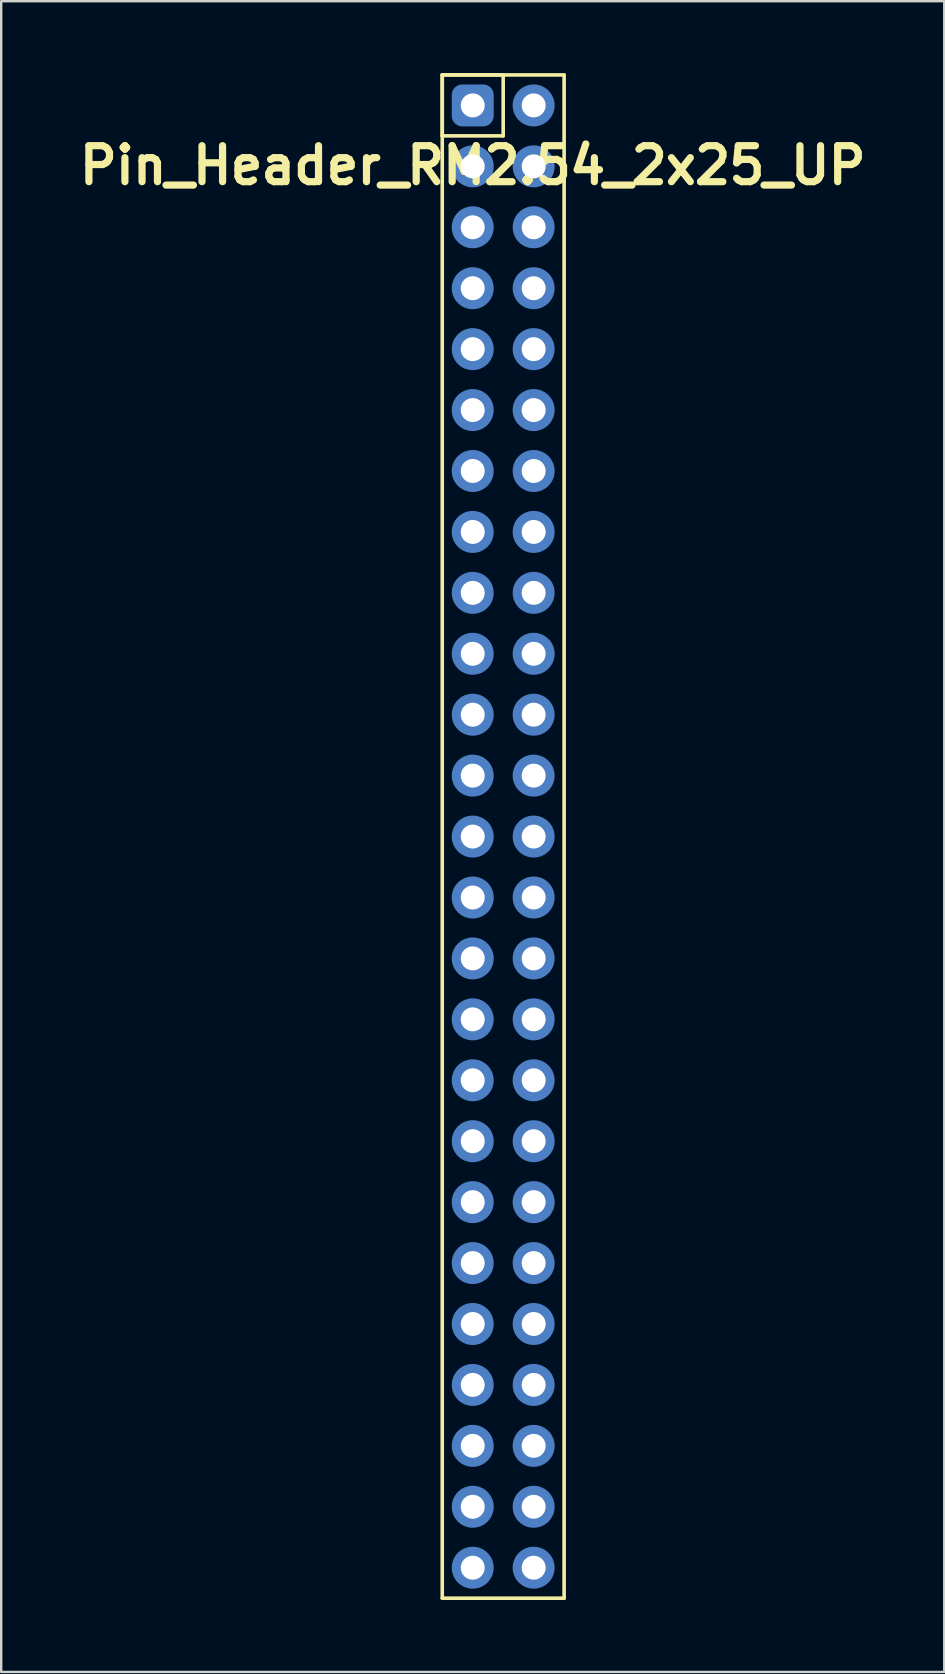
<source format=kicad_pcb>
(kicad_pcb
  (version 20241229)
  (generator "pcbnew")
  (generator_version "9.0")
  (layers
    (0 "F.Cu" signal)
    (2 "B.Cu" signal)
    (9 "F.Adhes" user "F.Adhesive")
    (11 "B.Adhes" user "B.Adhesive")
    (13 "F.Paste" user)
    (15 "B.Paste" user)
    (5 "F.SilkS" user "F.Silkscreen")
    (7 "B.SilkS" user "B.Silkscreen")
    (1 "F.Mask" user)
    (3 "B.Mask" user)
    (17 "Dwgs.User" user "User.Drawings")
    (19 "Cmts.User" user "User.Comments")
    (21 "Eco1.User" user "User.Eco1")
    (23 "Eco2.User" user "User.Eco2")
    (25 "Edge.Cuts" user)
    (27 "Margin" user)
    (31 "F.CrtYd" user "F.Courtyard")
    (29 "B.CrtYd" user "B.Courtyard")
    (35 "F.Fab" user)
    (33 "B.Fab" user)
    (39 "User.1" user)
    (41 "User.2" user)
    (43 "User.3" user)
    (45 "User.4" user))
  (footprint "Pin_Header_RM2.54_2x25_UP"
    (layer "F.Cu")
    (at 16.657 1.345)
    (property "Reference" "Pin_Header_RM2.54_2x25_UP" (at 0 2.5 0) (layer "F.SilkS") (effects (font (size 1.5 1.5) (thickness 0.3))))
    (attr through_hole)
    (fp_line (start -1.27 -1.27) (end 1.27 -1.27) (stroke (width 0.15) (type solid)) (layer "F.SilkS"))
    (fp_line (start -1.27 -1.27) (end 3.81 -1.27) (stroke (width 0.15) (type solid)) (layer "F.SilkS"))
    (fp_line (start -1.27 1.27) (end -1.27 -1.27) (stroke (width 0.15) (type solid)) (layer "F.SilkS"))
    (fp_line (start -1.27 62.23) (end -1.27 -1.27) (stroke (width 0.15) (type solid)) (layer "F.SilkS"))
    (fp_line (start 1.27 -1.27) (end 1.27 1.27) (stroke (width 0.15) (type solid)) (layer "F.SilkS"))
    (fp_line (start 1.27 1.27) (end -1.27 1.27) (stroke (width 0.15) (type solid)) (layer "F.SilkS"))
    (fp_line (start 3.81 -1.27) (end 3.81 62.23) (stroke (width 0.15) (type solid)) (layer "F.SilkS"))
    (fp_line (start 3.81 62.23) (end -1.27 62.23) (stroke (width 0.15) (type solid)) (layer "F.SilkS"))
    (pad "1" thru_hole circle (at 0 0) (size 1.3 1.3) (drill 1) (layers "*.Cu" "*.Mask"))
    (pad "1" smd roundrect (at 0 0) (size 1.5 1.5) (layers "F.Cu" "F.Mask") (roundrect_rratio 0.25))
    (pad "1" smd roundrect (at 0 0) (size 1.75 1.75) (layers "B.Cu" "B.Mask") (roundrect_rratio 0.25))
    (pad "2" thru_hole circle (at 2.54 0) (size 1.3 1.3) (drill 1) (layers "*.Cu" "*.Mask"))
    (pad "2" smd circle (at 2.54 0) (size 1.5 1.5) (layers "F.Cu" "F.Mask"))
    (pad "2" smd circle (at 2.54 0) (size 1.75 1.75) (layers "B.Cu" "B.Mask"))
    (pad "3" thru_hole circle (at 0 2.54) (size 1.3 1.3) (drill 1) (layers "*.Cu" "*.Mask"))
    (pad "3" smd circle (at 0 2.54) (size 1.5 1.5) (layers "F.Cu" "F.Mask"))
    (pad "3" smd circle (at 0 2.54) (size 1.75 1.75) (layers "B.Cu" "B.Mask"))
    (pad "4" thru_hole circle (at 2.54 2.54) (size 1.3 1.3) (drill 1) (layers "*.Cu" "*.Mask"))
    (pad "4" smd circle (at 2.54 2.54) (size 1.5 1.5) (layers "F.Cu" "F.Mask"))
    (pad "4" smd circle (at 2.54 2.54) (size 1.75 1.75) (layers "B.Cu" "B.Mask"))
    (pad "5" thru_hole circle (at 0 5.08) (size 1.3 1.3) (drill 1) (layers "*.Cu" "*.Mask"))
    (pad "5" smd circle (at 0 5.08) (size 1.5 1.5) (layers "F.Cu" "F.Mask"))
    (pad "5" smd circle (at 0 5.08) (size 1.75 1.75) (layers "B.Cu" "B.Mask"))
    (pad "6" thru_hole circle (at 2.54 5.08) (size 1.3 1.3) (drill 1) (layers "*.Cu" "*.Mask"))
    (pad "6" smd circle (at 2.54 5.08) (size 1.5 1.5) (layers "F.Cu" "F.Mask"))
    (pad "6" smd circle (at 2.54 5.08) (size 1.75 1.75) (layers "B.Cu" "B.Mask"))
    (pad "7" thru_hole circle (at 0 7.62) (size 1.3 1.3) (drill 1) (layers "*.Cu" "*.Mask"))
    (pad "7" smd circle (at 0 7.62) (size 1.5 1.5) (layers "F.Cu" "F.Mask"))
    (pad "7" smd circle (at 0 7.62) (size 1.75 1.75) (layers "B.Cu" "B.Mask"))
    (pad "8" thru_hole circle (at 2.54 7.62) (size 1.3 1.3) (drill 1) (layers "*.Cu" "*.Mask"))
    (pad "8" smd circle (at 2.54 7.62) (size 1.5 1.5) (layers "F.Cu" "F.Mask"))
    (pad "8" smd circle (at 2.54 7.62) (size 1.75 1.75) (layers "B.Cu" "B.Mask"))
    (pad "9" thru_hole circle (at 0 10.16) (size 1.3 1.3) (drill 1) (layers "*.Cu" "*.Mask"))
    (pad "9" smd circle (at 0 10.16) (size 1.5 1.5) (layers "F.Cu" "F.Mask"))
    (pad "9" smd circle (at 0 10.16) (size 1.75 1.75) (layers "B.Cu" "B.Mask"))
    (pad "10" thru_hole circle (at 2.54 10.16) (size 1.3 1.3) (drill 1) (layers "*.Cu" "*.Mask"))
    (pad "10" smd circle (at 2.54 10.16) (size 1.5 1.5) (layers "F.Cu" "F.Mask"))
    (pad "10" smd circle (at 2.54 10.16) (size 1.75 1.75) (layers "B.Cu" "B.Mask"))
    (pad "11" thru_hole circle (at 0 12.7) (size 1.3 1.3) (drill 1) (layers "*.Cu" "*.Mask"))
    (pad "11" smd circle (at 0 12.7) (size 1.5 1.5) (layers "F.Cu" "F.Mask"))
    (pad "11" smd circle (at 0 12.7) (size 1.75 1.75) (layers "B.Cu" "B.Mask"))
    (pad "12" thru_hole circle (at 2.54 12.7) (size 1.3 1.3) (drill 1) (layers "*.Cu" "*.Mask"))
    (pad "12" smd circle (at 2.54 12.7) (size 1.5 1.5) (layers "F.Cu" "F.Mask"))
    (pad "12" smd circle (at 2.54 12.7) (size 1.75 1.75) (layers "B.Cu" "B.Mask"))
    (pad "13" thru_hole circle (at 0 15.24) (size 1.3 1.3) (drill 1) (layers "*.Cu" "*.Mask"))
    (pad "13" smd circle (at 0 15.24) (size 1.5 1.5) (layers "F.Cu" "F.Mask"))
    (pad "13" smd circle (at 0 15.24) (size 1.75 1.75) (layers "B.Cu" "B.Mask"))
    (pad "14" thru_hole circle (at 2.54 15.24) (size 1.3 1.3) (drill 1) (layers "*.Cu" "*.Mask"))
    (pad "14" smd circle (at 2.54 15.24) (size 1.5 1.5) (layers "F.Cu" "F.Mask"))
    (pad "14" smd circle (at 2.54 15.24) (size 1.75 1.75) (layers "B.Cu" "B.Mask"))
    (pad "15" thru_hole circle (at 0 17.78) (size 1.3 1.3) (drill 1) (layers "*.Cu" "*.Mask"))
    (pad "15" smd circle (at 0 17.78) (size 1.5 1.5) (layers "F.Cu" "F.Mask"))
    (pad "15" smd circle (at 0 17.78) (size 1.75 1.75) (layers "B.Cu" "B.Mask"))
    (pad "16" thru_hole circle (at 2.54 17.78) (size 1.3 1.3) (drill 1) (layers "*.Cu" "*.Mask"))
    (pad "16" smd circle (at 2.54 17.78) (size 1.5 1.5) (layers "F.Cu" "F.Mask"))
    (pad "16" smd circle (at 2.54 17.78) (size 1.75 1.75) (layers "B.Cu" "B.Mask"))
    (pad "17" thru_hole circle (at 0 20.32) (size 1.3 1.3) (drill 1) (layers "*.Cu" "*.Mask"))
    (pad "17" smd circle (at 0 20.32) (size 1.5 1.5) (layers "F.Cu" "F.Mask"))
    (pad "17" smd circle (at 0 20.32) (size 1.75 1.75) (layers "B.Cu" "B.Mask"))
    (pad "18" thru_hole circle (at 2.54 20.32) (size 1.3 1.3) (drill 1) (layers "*.Cu" "*.Mask"))
    (pad "18" smd circle (at 2.54 20.32) (size 1.5 1.5) (layers "F.Cu" "F.Mask"))
    (pad "18" smd circle (at 2.54 20.32) (size 1.75 1.75) (layers "B.Cu" "B.Mask"))
    (pad "19" thru_hole circle (at 0 22.86) (size 1.3 1.3) (drill 1) (layers "*.Cu" "*.Mask"))
    (pad "19" smd circle (at 0 22.86) (size 1.5 1.5) (layers "F.Cu" "F.Mask"))
    (pad "19" smd circle (at 0 22.86) (size 1.75 1.75) (layers "B.Cu" "B.Mask"))
    (pad "20" thru_hole circle (at 2.54 22.86) (size 1.3 1.3) (drill 1) (layers "*.Cu" "*.Mask"))
    (pad "20" smd circle (at 2.54 22.86) (size 1.5 1.5) (layers "F.Cu" "F.Mask"))
    (pad "20" smd circle (at 2.54 22.86) (size 1.75 1.75) (layers "B.Cu" "B.Mask"))
    (pad "21" thru_hole circle (at 0 25.4) (size 1.3 1.3) (drill 1) (layers "*.Cu" "*.Mask"))
    (pad "21" smd circle (at 0 25.4) (size 1.5 1.5) (layers "F.Cu" "F.Mask"))
    (pad "21" smd circle (at 0 25.4) (size 1.75 1.75) (layers "B.Cu" "B.Mask"))
    (pad "22" thru_hole circle (at 2.54 25.4) (size 1.3 1.3) (drill 1) (layers "*.Cu" "*.Mask"))
    (pad "22" smd circle (at 2.54 25.4) (size 1.5 1.5) (layers "F.Cu" "F.Mask"))
    (pad "22" smd circle (at 2.54 25.4) (size 1.75 1.75) (layers "B.Cu" "B.Mask"))
    (pad "23" thru_hole circle (at 0 27.94) (size 1.3 1.3) (drill 1) (layers "*.Cu" "*.Mask"))
    (pad "23" smd circle (at 0 27.94) (size 1.5 1.5) (layers "F.Cu" "F.Mask"))
    (pad "23" smd circle (at 0 27.94) (size 1.75 1.75) (layers "B.Cu" "B.Mask"))
    (pad "24" thru_hole circle (at 2.54 27.94) (size 1.3 1.3) (drill 1) (layers "*.Cu" "*.Mask"))
    (pad "24" smd circle (at 2.54 27.94) (size 1.5 1.5) (layers "F.Cu" "F.Mask"))
    (pad "24" smd circle (at 2.54 27.94) (size 1.75 1.75) (layers "B.Cu" "B.Mask"))
    (pad "25" thru_hole circle (at 0 30.48) (size 1.3 1.3) (drill 1) (layers "*.Cu" "*.Mask"))
    (pad "25" smd circle (at 0 30.48) (size 1.5 1.5) (layers "F.Cu" "F.Mask"))
    (pad "25" smd circle (at 0 30.48) (size 1.75 1.75) (layers "B.Cu" "B.Mask"))
    (pad "26" thru_hole circle (at 2.54 30.48) (size 1.3 1.3) (drill 1) (layers "*.Cu" "*.Mask"))
    (pad "26" smd circle (at 2.54 30.48) (size 1.5 1.5) (layers "F.Cu" "F.Mask"))
    (pad "26" smd circle (at 2.54 30.48) (size 1.75 1.75) (layers "B.Cu" "B.Mask"))
    (pad "27" thru_hole circle (at 0 33.02) (size 1.3 1.3) (drill 1) (layers "*.Cu" "*.Mask"))
    (pad "27" smd circle (at 0 33.02) (size 1.5 1.5) (layers "F.Cu" "F.Mask"))
    (pad "27" smd circle (at 0 33.02) (size 1.75 1.75) (layers "B.Cu" "B.Mask"))
    (pad "28" thru_hole circle (at 2.54 33.02) (size 1.3 1.3) (drill 1) (layers "*.Cu" "*.Mask"))
    (pad "28" smd circle (at 2.54 33.02) (size 1.5 1.5) (layers "F.Cu" "F.Mask"))
    (pad "28" smd circle (at 2.54 33.02) (size 1.75 1.75) (layers "B.Cu" "B.Mask"))
    (pad "29" thru_hole circle (at 0 35.56) (size 1.3 1.3) (drill 1) (layers "*.Cu" "*.Mask"))
    (pad "29" smd circle (at 0 35.56) (size 1.5 1.5) (layers "F.Cu" "F.Mask"))
    (pad "29" smd circle (at 0 35.56) (size 1.75 1.75) (layers "B.Cu" "B.Mask"))
    (pad "30" thru_hole circle (at 2.54 35.56) (size 1.3 1.3) (drill 1) (layers "*.Cu" "*.Mask"))
    (pad "30" smd circle (at 2.54 35.56) (size 1.5 1.5) (layers "F.Cu" "F.Mask"))
    (pad "30" smd circle (at 2.54 35.56) (size 1.75 1.75) (layers "B.Cu" "B.Mask"))
    (pad "31" thru_hole circle (at 0 38.1) (size 1.3 1.3) (drill 1) (layers "*.Cu" "*.Mask"))
    (pad "31" smd circle (at 0 38.1) (size 1.5 1.5) (layers "F.Cu" "F.Mask"))
    (pad "31" smd circle (at 0 38.1) (size 1.75 1.75) (layers "B.Cu" "B.Mask"))
    (pad "32" thru_hole circle (at 2.54 38.1) (size 1.3 1.3) (drill 1) (layers "*.Cu" "*.Mask"))
    (pad "32" smd circle (at 2.54 38.1) (size 1.5 1.5) (layers "F.Cu" "F.Mask"))
    (pad "32" smd circle (at 2.54 38.1) (size 1.75 1.75) (layers "B.Cu" "B.Mask"))
    (pad "33" thru_hole circle (at 0 40.64) (size 1.3 1.3) (drill 1) (layers "*.Cu" "*.Mask"))
    (pad "33" smd circle (at 0 40.64) (size 1.5 1.5) (layers "F.Cu" "F.Mask"))
    (pad "33" smd circle (at 0 40.64) (size 1.75 1.75) (layers "B.Cu" "B.Mask"))
    (pad "34" thru_hole circle (at 2.54 40.64) (size 1.3 1.3) (drill 1) (layers "*.Cu" "*.Mask"))
    (pad "34" smd circle (at 2.54 40.64) (size 1.5 1.5) (layers "F.Cu" "F.Mask"))
    (pad "34" smd circle (at 2.54 40.64) (size 1.75 1.75) (layers "B.Cu" "B.Mask"))
    (pad "35" thru_hole circle (at 0 43.18) (size 1.3 1.3) (drill 1) (layers "*.Cu" "*.Mask"))
    (pad "35" smd circle (at 0 43.18) (size 1.5 1.5) (layers "F.Cu" "F.Mask"))
    (pad "35" smd circle (at 0 43.18) (size 1.75 1.75) (layers "B.Cu" "B.Mask"))
    (pad "36" thru_hole circle (at 2.54 43.18) (size 1.3 1.3) (drill 1) (layers "*.Cu" "*.Mask"))
    (pad "36" smd circle (at 2.54 43.18) (size 1.5 1.5) (layers "F.Cu" "F.Mask"))
    (pad "36" smd circle (at 2.54 43.18) (size 1.75 1.75) (layers "B.Cu" "B.Mask"))
    (pad "37" thru_hole circle (at 0 45.72) (size 1.3 1.3) (drill 1) (layers "*.Cu" "*.Mask"))
    (pad "37" smd circle (at 0 45.72) (size 1.5 1.5) (layers "F.Cu" "F.Mask"))
    (pad "37" smd circle (at 0 45.72) (size 1.75 1.75) (layers "B.Cu" "B.Mask"))
    (pad "38" thru_hole circle (at 2.54 45.72) (size 1.3 1.3) (drill 1) (layers "*.Cu" "*.Mask"))
    (pad "38" smd circle (at 2.54 45.72) (size 1.5 1.5) (layers "F.Cu" "F.Mask"))
    (pad "38" smd circle (at 2.54 45.72) (size 1.75 1.75) (layers "B.Cu" "B.Mask"))
    (pad "39" thru_hole circle (at 0 48.26) (size 1.3 1.3) (drill 1) (layers "*.Cu" "*.Mask"))
    (pad "39" smd circle (at 0 48.26) (size 1.5 1.5) (layers "F.Cu" "F.Mask"))
    (pad "39" smd circle (at 0 48.26) (size 1.75 1.75) (layers "B.Cu" "B.Mask"))
    (pad "40" thru_hole circle (at 2.54 48.26) (size 1.3 1.3) (drill 1) (layers "*.Cu" "*.Mask"))
    (pad "40" smd circle (at 2.54 48.26) (size 1.5 1.5) (layers "F.Cu" "F.Mask"))
    (pad "40" smd circle (at 2.54 48.26) (size 1.75 1.75) (layers "B.Cu" "B.Mask"))
    (pad "41" thru_hole circle (at 0 50.8) (size 1.3 1.3) (drill 1) (layers "*.Cu" "*.Mask"))
    (pad "41" smd circle (at 0 50.8) (size 1.5 1.5) (layers "F.Cu" "F.Mask"))
    (pad "41" smd circle (at 0 50.8) (size 1.75 1.75) (layers "B.Cu" "B.Mask"))
    (pad "42" thru_hole circle (at 2.54 50.8) (size 1.3 1.3) (drill 1) (layers "*.Cu" "*.Mask"))
    (pad "42" smd circle (at 2.54 50.8) (size 1.5 1.5) (layers "F.Cu" "F.Mask"))
    (pad "42" smd circle (at 2.54 50.8) (size 1.75 1.75) (layers "B.Cu" "B.Mask"))
    (pad "43" thru_hole circle (at 0 53.34) (size 1.3 1.3) (drill 1) (layers "*.Cu" "*.Mask"))
    (pad "43" smd circle (at 0 53.34) (size 1.5 1.5) (layers "F.Cu" "F.Mask"))
    (pad "43" smd circle (at 0 53.34) (size 1.75 1.75) (layers "B.Cu" "B.Mask"))
    (pad "44" thru_hole circle (at 2.54 53.34) (size 1.3 1.3) (drill 1) (layers "*.Cu" "*.Mask"))
    (pad "44" smd circle (at 2.54 53.34) (size 1.5 1.5) (layers "F.Cu" "F.Mask"))
    (pad "44" smd circle (at 2.54 53.34) (size 1.75 1.75) (layers "B.Cu" "B.Mask"))
    (pad "45" thru_hole circle (at 0 55.88) (size 1.3 1.3) (drill 1) (layers "*.Cu" "*.Mask"))
    (pad "45" smd circle (at 0 55.88) (size 1.5 1.5) (layers "F.Cu" "F.Mask"))
    (pad "45" smd circle (at 0 55.88) (size 1.75 1.75) (layers "B.Cu" "B.Mask"))
    (pad "46" thru_hole circle (at 2.54 55.88) (size 1.3 1.3) (drill 1) (layers "*.Cu" "*.Mask"))
    (pad "46" smd circle (at 2.54 55.88) (size 1.5 1.5) (layers "F.Cu" "F.Mask"))
    (pad "46" smd circle (at 2.54 55.88) (size 1.75 1.75) (layers "B.Cu" "B.Mask"))
    (pad "47" thru_hole circle (at 0 58.42) (size 1.3 1.3) (drill 1) (layers "*.Cu" "*.Mask"))
    (pad "47" smd circle (at 0 58.42) (size 1.5 1.5) (layers "F.Cu" "F.Mask"))
    (pad "47" smd circle (at 0 58.42) (size 1.75 1.75) (layers "B.Cu" "B.Mask"))
    (pad "48" thru_hole circle (at 2.54 58.42) (size 1.3 1.3) (drill 1) (layers "*.Cu" "*.Mask"))
    (pad "48" smd circle (at 2.54 58.42) (size 1.5 1.5) (layers "F.Cu" "F.Mask"))
    (pad "48" smd circle (at 2.54 58.42) (size 1.75 1.75) (layers "B.Cu" "B.Mask"))
    (pad "49" thru_hole circle (at 0 60.96) (size 1.3 1.3) (drill 1) (layers "*.Cu" "*.Mask"))
    (pad "49" smd circle (at 0 60.96) (size 1.5 1.5) (layers "F.Cu" "F.Mask"))
    (pad "49" smd circle (at 0 60.96) (size 1.75 1.75) (layers "B.Cu" "B.Mask"))
    (pad "50" thru_hole circle (at 2.54 60.96) (size 1.3 1.3) (drill 1) (layers "*.Cu" "*.Mask"))
    (pad "50" smd circle (at 2.54 60.96) (size 1.5 1.5) (layers "F.Cu" "F.Mask"))
    (pad "50" smd circle (at 2.54 60.96) (size 1.75 1.75) (layers "B.Cu" "B.Mask")))
  (gr_rect
    (start -3 -3)
    (end 36.314 66.65)
    (stroke (width 0.1) (type default))
    (fill no)
    (layer "Edge.Cuts")))
</source>
